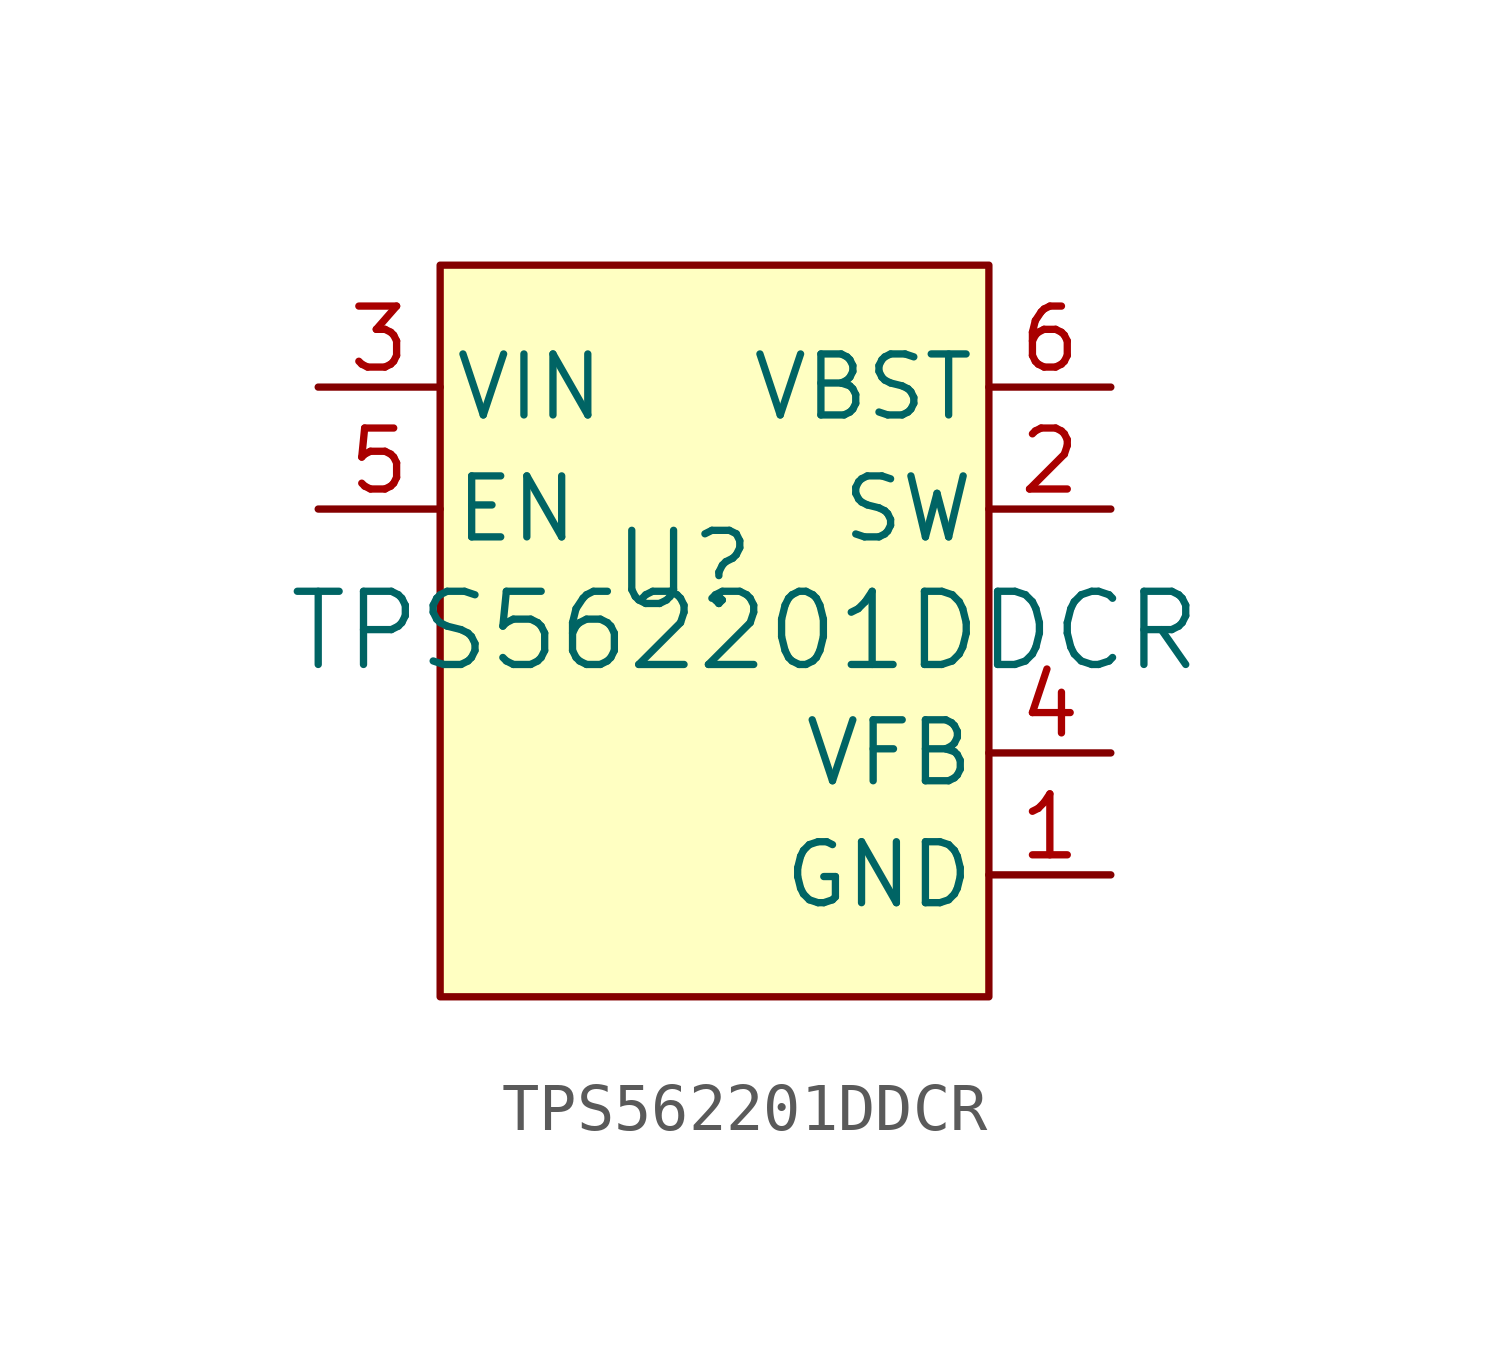
<source format=kicad_sym>
(kicad_symbol_lib
  (version 20220914)
  (generator kicad_symbol_editor)
  (symbol "TPS562201DDCR"
    (pin_names
      (offset 0.254))
    (property "Reference" "U"
      (at 0 1.27 0)
      (effects (font (size 1.524 1.524))))
    (property "Value" "TPS562201DDCR"
      (at 1.27 0 0)
      (effects (font (size 1.524 1.524))))
    (property "ki_locked" ""
      (at 0 0 0)
      (effects (font (size 1.27 1.27))))
    (symbol "TPS562201DDCR_1_1"
      (rectangle (start -5.08 7.62) (end 6.35 -7.62) (stroke (width 0) (type default)) (fill (type background)))
      (pin power_in line (at 8.89 -5.08 180) (length 2.54) (name "GND" (effects (font (size 1.27 1.27)))) (number "1" (effects (font (size 1.27 1.27)))))
      (pin power_in line (at 8.89 2.54 180) (length 2.54) (name "SW" (effects (font (size 1.27 1.27)))) (number "2" (effects (font (size 1.27 1.27)))))
      (pin power_in line (at -7.62 5.08 0) (length 2.54) (name "VIN" (effects (font (size 1.27 1.27)))) (number "3" (effects (font (size 1.27 1.27)))))
      (pin input line (at 8.89 -2.54 180) (length 2.54) (name "VFB" (effects (font (size 1.27 1.27)))) (number "4" (effects (font (size 1.27 1.27)))))
      (pin input line (at -7.62 2.54 0) (length 2.54) (name "EN" (effects (font (size 1.27 1.27)))) (number "5" (effects (font (size 1.27 1.27)))))
      (pin power_in line (at 8.89 5.08 180) (length 2.54) (name "VBST" (effects (font (size 1.27 1.27)))) (number "6" (effects (font (size 1.27 1.27))))))))
</source>
